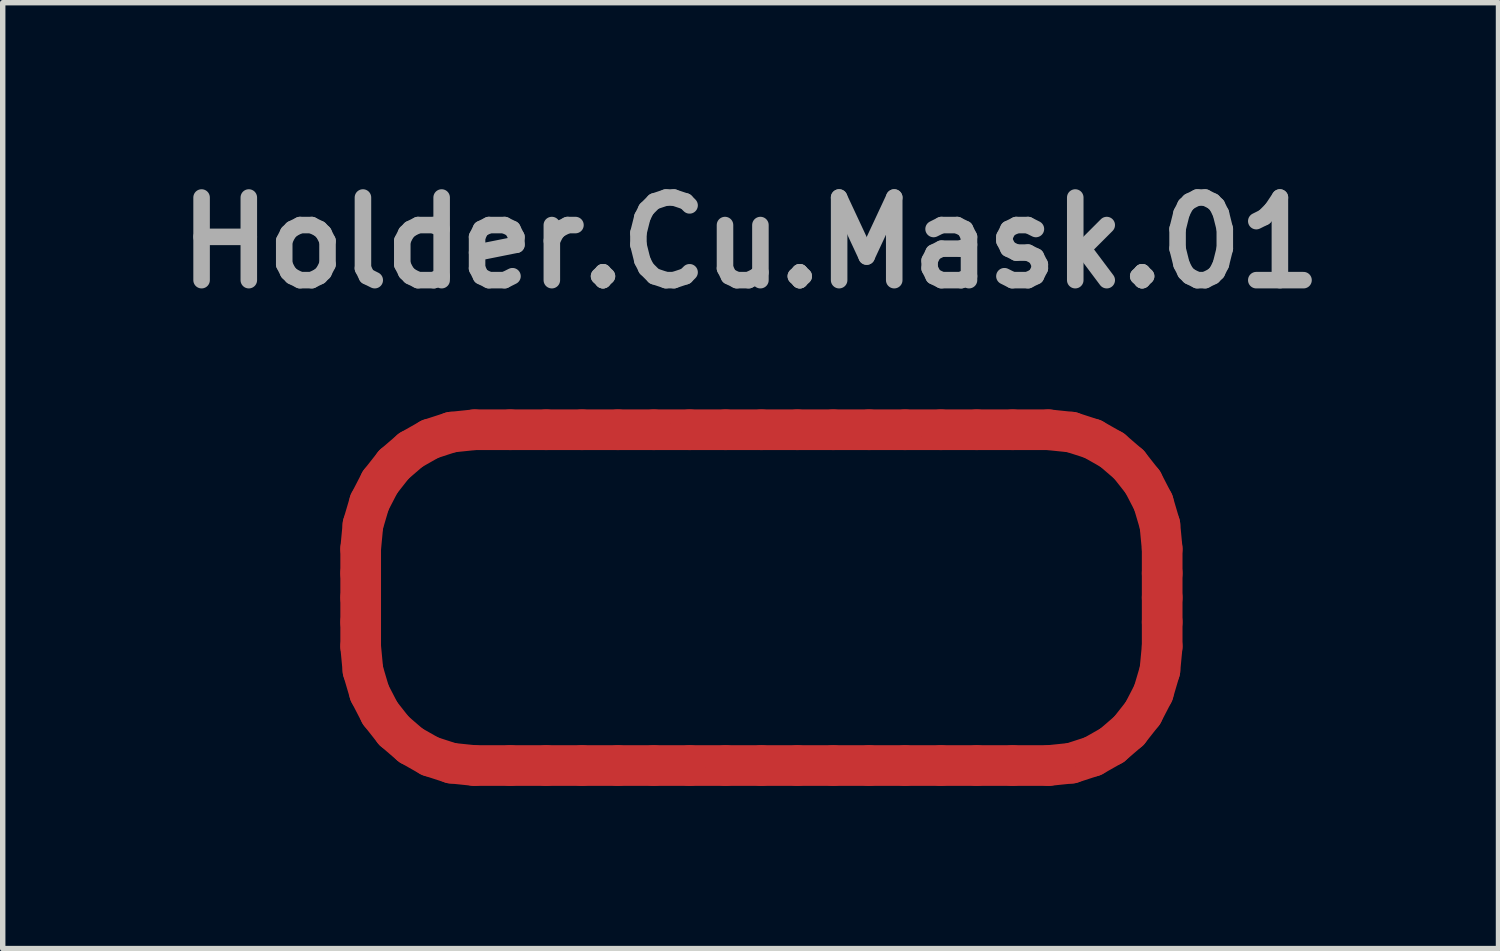
<source format=kicad_pcb>
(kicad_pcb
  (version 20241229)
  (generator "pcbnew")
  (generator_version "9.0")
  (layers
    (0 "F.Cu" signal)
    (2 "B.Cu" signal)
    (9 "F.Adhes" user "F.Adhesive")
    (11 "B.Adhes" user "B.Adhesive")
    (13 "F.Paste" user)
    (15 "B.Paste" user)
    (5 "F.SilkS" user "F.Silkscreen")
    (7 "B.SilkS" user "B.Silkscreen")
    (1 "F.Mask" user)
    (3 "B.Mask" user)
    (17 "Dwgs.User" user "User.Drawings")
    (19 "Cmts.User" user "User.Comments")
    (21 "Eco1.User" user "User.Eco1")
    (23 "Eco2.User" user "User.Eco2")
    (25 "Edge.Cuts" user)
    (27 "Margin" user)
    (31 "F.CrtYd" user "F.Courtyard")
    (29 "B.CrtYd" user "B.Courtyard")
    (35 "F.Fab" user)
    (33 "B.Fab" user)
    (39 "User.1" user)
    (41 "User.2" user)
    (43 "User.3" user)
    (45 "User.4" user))
  (footprint "Holder.Cu.Mask.01"
    (layer "F.Cu")
    (at 10.791 7.771)
    (property "Reference" "Holder.Cu.Mask.01" (at 0 -6.344 0) (layer "F.Fab") (effects (font (size 1.524 1.524) (thickness 0.305))))
    (attr smd)
    (fp_line (start -7.19 -0.701) (end -7.148 -1.144) (stroke (width 0.75) (type solid)) (layer "F.Cu"))
    (fp_line (start -7.19 -0.25) (end -7.19 -0.701) (stroke (width 0.75) (type solid)) (layer "F.Cu"))
    (fp_line (start -7.19 0.2) (end -7.19 -0.25) (stroke (width 0.75) (type solid)) (layer "F.Cu"))
    (fp_line (start -7.19 0.65) (end -7.19 0.2) (stroke (width 0.75) (type solid)) (layer "F.Cu"))
    (fp_line (start -7.19 1.101) (end -7.19 0.65) (stroke (width 0.75) (type solid)) (layer "F.Cu"))
    (fp_line (start -7.148 -1.144) (end -7.026 -1.557) (stroke (width 0.75) (type solid)) (layer "F.Cu"))
    (fp_line (start -7.148 1.544) (end -7.19 1.101) (stroke (width 0.75) (type solid)) (layer "F.Cu"))
    (fp_line (start -7.026 -1.557) (end -6.833 -1.93) (stroke (width 0.75) (type solid)) (layer "F.Cu"))
    (fp_line (start -7.026 1.957) (end -7.148 1.544) (stroke (width 0.75) (type solid)) (layer "F.Cu"))
    (fp_line (start -6.833 -1.93) (end -6.577 -2.255) (stroke (width 0.75) (type solid)) (layer "F.Cu"))
    (fp_line (start -6.833 2.33) (end -7.026 1.957) (stroke (width 0.75) (type solid)) (layer "F.Cu"))
    (fp_line (start -6.577 -2.255) (end -6.267 -2.522) (stroke (width 0.75) (type solid)) (layer "F.Cu"))
    (fp_line (start -6.577 2.655) (end -6.833 2.33) (stroke (width 0.75) (type solid)) (layer "F.Cu"))
    (fp_line (start -6.267 -2.522) (end -5.911 -2.724) (stroke (width 0.75) (type solid)) (layer "F.Cu"))
    (fp_line (start -6.267 2.922) (end -6.577 2.655) (stroke (width 0.75) (type solid)) (layer "F.Cu"))
    (fp_line (start -5.911 -2.724) (end -5.517 -2.852) (stroke (width 0.75) (type solid)) (layer "F.Cu"))
    (fp_line (start -5.911 3.124) (end -6.267 2.922) (stroke (width 0.75) (type solid)) (layer "F.Cu"))
    (fp_line (start -5.517 -2.852) (end -5.094 -2.896) (stroke (width 0.75) (type solid)) (layer "F.Cu"))
    (fp_line (start -5.517 3.252) (end -5.911 3.124) (stroke (width 0.75) (type solid)) (layer "F.Cu"))
    (fp_line (start -5.094 -2.896) (end -4.432 -2.896) (stroke (width 0.75) (type solid)) (layer "F.Cu"))
    (fp_line (start -5.094 3.296) (end -5.517 3.252) (stroke (width 0.75) (type solid)) (layer "F.Cu"))
    (fp_line (start -4.432 -2.896) (end -3.77 -2.896) (stroke (width 0.75) (type solid)) (layer "F.Cu"))
    (fp_line (start -4.432 3.296) (end -5.094 3.296) (stroke (width 0.75) (type solid)) (layer "F.Cu"))
    (fp_line (start -3.77 -2.896) (end -3.109 -2.896) (stroke (width 0.75) (type solid)) (layer "F.Cu"))
    (fp_line (start -3.77 3.296) (end -4.432 3.296) (stroke (width 0.75) (type solid)) (layer "F.Cu"))
    (fp_line (start -3.109 -2.896) (end -2.447 -2.896) (stroke (width 0.75) (type solid)) (layer "F.Cu"))
    (fp_line (start -3.109 3.296) (end -3.77 3.296) (stroke (width 0.75) (type solid)) (layer "F.Cu"))
    (fp_line (start -2.447 -2.896) (end -1.785 -2.896) (stroke (width 0.75) (type solid)) (layer "F.Cu"))
    (fp_line (start -2.447 3.296) (end -3.109 3.296) (stroke (width 0.75) (type solid)) (layer "F.Cu"))
    (fp_line (start -1.785 -2.896) (end -1.124 -2.896) (stroke (width 0.75) (type solid)) (layer "F.Cu"))
    (fp_line (start -1.785 3.296) (end -2.447 3.296) (stroke (width 0.75) (type solid)) (layer "F.Cu"))
    (fp_line (start -1.124 -2.896) (end -0.462 -2.896) (stroke (width 0.75) (type solid)) (layer "F.Cu"))
    (fp_line (start -1.123 3.296) (end -1.785 3.296) (stroke (width 0.75) (type solid)) (layer "F.Cu"))
    (fp_line (start -0.462 -2.896) (end 0.2 -2.896) (stroke (width 0.75) (type solid)) (layer "F.Cu"))
    (fp_line (start -0.462 3.296) (end -1.123 3.296) (stroke (width 0.75) (type solid)) (layer "F.Cu"))
    (fp_line (start 0.2 -2.896) (end 0.862 -2.896) (stroke (width 0.75) (type solid)) (layer "F.Cu"))
    (fp_line (start 0.2 3.296) (end -0.462 3.296) (stroke (width 0.75) (type solid)) (layer "F.Cu"))
    (fp_line (start 0.862 -2.896) (end 1.523 -2.896) (stroke (width 0.75) (type solid)) (layer "F.Cu"))
    (fp_line (start 0.862 3.296) (end 0.2 3.296) (stroke (width 0.75) (type solid)) (layer "F.Cu"))
    (fp_line (start 1.523 -2.896) (end 2.185 -2.896) (stroke (width 0.75) (type solid)) (layer "F.Cu"))
    (fp_line (start 1.524 3.296) (end 0.862 3.296) (stroke (width 0.75) (type solid)) (layer "F.Cu"))
    (fp_line (start 2.185 -2.896) (end 2.847 -2.896) (stroke (width 0.75) (type solid)) (layer "F.Cu"))
    (fp_line (start 2.185 3.296) (end 1.524 3.296) (stroke (width 0.75) (type solid)) (layer "F.Cu"))
    (fp_line (start 2.847 -2.896) (end 3.509 -2.896) (stroke (width 0.75) (type solid)) (layer "F.Cu"))
    (fp_line (start 2.847 3.296) (end 2.185 3.296) (stroke (width 0.75) (type solid)) (layer "F.Cu"))
    (fp_line (start 3.509 -2.896) (end 4.17 -2.896) (stroke (width 0.75) (type solid)) (layer "F.Cu"))
    (fp_line (start 3.509 3.296) (end 2.847 3.296) (stroke (width 0.75) (type solid)) (layer "F.Cu"))
    (fp_line (start 4.17 -2.896) (end 4.832 -2.896) (stroke (width 0.75) (type solid)) (layer "F.Cu"))
    (fp_line (start 4.17 3.296) (end 3.509 3.296) (stroke (width 0.75) (type solid)) (layer "F.Cu"))
    (fp_line (start 4.832 -2.896) (end 5.494 -2.896) (stroke (width 0.75) (type solid)) (layer "F.Cu"))
    (fp_line (start 4.832 3.296) (end 4.17 3.296) (stroke (width 0.75) (type solid)) (layer "F.Cu"))
    (fp_line (start 5.494 -2.896) (end 5.917 -2.852) (stroke (width 0.75) (type solid)) (layer "F.Cu"))
    (fp_line (start 5.494 3.296) (end 4.832 3.296) (stroke (width 0.75) (type solid)) (layer "F.Cu"))
    (fp_line (start 5.917 -2.852) (end 6.311 -2.724) (stroke (width 0.75) (type solid)) (layer "F.Cu"))
    (fp_line (start 5.917 3.252) (end 5.494 3.296) (stroke (width 0.75) (type solid)) (layer "F.Cu"))
    (fp_line (start 6.311 -2.724) (end 6.667 -2.522) (stroke (width 0.75) (type solid)) (layer "F.Cu"))
    (fp_line (start 6.311 3.124) (end 5.917 3.252) (stroke (width 0.75) (type solid)) (layer "F.Cu"))
    (fp_line (start 6.667 -2.522) (end 6.977 -2.255) (stroke (width 0.75) (type solid)) (layer "F.Cu"))
    (fp_line (start 6.667 2.922) (end 6.311 3.124) (stroke (width 0.75) (type solid)) (layer "F.Cu"))
    (fp_line (start 6.977 -2.255) (end 7.233 -1.93) (stroke (width 0.75) (type solid)) (layer "F.Cu"))
    (fp_line (start 6.977 2.655) (end 6.667 2.922) (stroke (width 0.75) (type solid)) (layer "F.Cu"))
    (fp_line (start 7.233 -1.93) (end 7.426 -1.557) (stroke (width 0.75) (type solid)) (layer "F.Cu"))
    (fp_line (start 7.233 2.33) (end 6.977 2.655) (stroke (width 0.75) (type solid)) (layer "F.Cu"))
    (fp_line (start 7.426 -1.557) (end 7.548 -1.144) (stroke (width 0.75) (type solid)) (layer "F.Cu"))
    (fp_line (start 7.426 1.957) (end 7.233 2.33) (stroke (width 0.75) (type solid)) (layer "F.Cu"))
    (fp_line (start 7.548 -1.144) (end 7.59 -0.701) (stroke (width 0.75) (type solid)) (layer "F.Cu"))
    (fp_line (start 7.548 1.544) (end 7.426 1.957) (stroke (width 0.75) (type solid)) (layer "F.Cu"))
    (fp_line (start 7.59 -0.701) (end 7.59 -0.25) (stroke (width 0.75) (type solid)) (layer "F.Cu"))
    (fp_line (start 7.59 -0.25) (end 7.59 0.2) (stroke (width 0.75) (type solid)) (layer "F.Cu"))
    (fp_line (start 7.59 0.2) (end 7.59 0.65) (stroke (width 0.75) (type solid)) (layer "F.Cu"))
    (fp_line (start 7.59 0.65) (end 7.59 1.101) (stroke (width 0.75) (type solid)) (layer "F.Cu"))
    (fp_line (start 7.59 1.101) (end 7.548 1.544) (stroke (width 0.75) (type solid)) (layer "F.Cu"))
    (fp_line (start -7.19 -0.701) (end -7.148 -1.144) (stroke (width 0.75) (type solid)) (layer "F.Mask"))
    (fp_line (start -7.19 -0.25) (end -7.19 -0.701) (stroke (width 0.75) (type solid)) (layer "F.Mask"))
    (fp_line (start -7.19 0.2) (end -7.19 -0.25) (stroke (width 0.75) (type solid)) (layer "F.Mask"))
    (fp_line (start -7.19 0.65) (end -7.19 0.2) (stroke (width 0.75) (type solid)) (layer "F.Mask"))
    (fp_line (start -7.19 1.101) (end -7.19 0.65) (stroke (width 0.75) (type solid)) (layer "F.Mask"))
    (fp_line (start -7.148 -1.144) (end -7.026 -1.557) (stroke (width 0.75) (type solid)) (layer "F.Mask"))
    (fp_line (start -7.148 1.544) (end -7.19 1.101) (stroke (width 0.75) (type solid)) (layer "F.Mask"))
    (fp_line (start -7.026 -1.557) (end -6.833 -1.93) (stroke (width 0.75) (type solid)) (layer "F.Mask"))
    (fp_line (start -7.026 1.957) (end -7.148 1.544) (stroke (width 0.75) (type solid)) (layer "F.Mask"))
    (fp_line (start -6.833 -1.93) (end -6.577 -2.255) (stroke (width 0.75) (type solid)) (layer "F.Mask"))
    (fp_line (start -6.833 2.33) (end -7.026 1.957) (stroke (width 0.75) (type solid)) (layer "F.Mask"))
    (fp_line (start -6.577 -2.255) (end -6.267 -2.522) (stroke (width 0.75) (type solid)) (layer "F.Mask"))
    (fp_line (start -6.577 2.655) (end -6.833 2.33) (stroke (width 0.75) (type solid)) (layer "F.Mask"))
    (fp_line (start -6.267 -2.522) (end -5.911 -2.724) (stroke (width 0.75) (type solid)) (layer "F.Mask"))
    (fp_line (start -6.267 2.922) (end -6.577 2.655) (stroke (width 0.75) (type solid)) (layer "F.Mask"))
    (fp_line (start -5.911 -2.724) (end -5.517 -2.852) (stroke (width 0.75) (type solid)) (layer "F.Mask"))
    (fp_line (start -5.911 3.124) (end -6.267 2.922) (stroke (width 0.75) (type solid)) (layer "F.Mask"))
    (fp_line (start -5.517 -2.852) (end -5.094 -2.896) (stroke (width 0.75) (type solid)) (layer "F.Mask"))
    (fp_line (start -5.517 3.252) (end -5.911 3.124) (stroke (width 0.75) (type solid)) (layer "F.Mask"))
    (fp_line (start -5.094 -2.896) (end -4.432 -2.896) (stroke (width 0.75) (type solid)) (layer "F.Mask"))
    (fp_line (start -5.094 3.296) (end -5.517 3.252) (stroke (width 0.75) (type solid)) (layer "F.Mask"))
    (fp_line (start -4.432 -2.896) (end -3.77 -2.896) (stroke (width 0.75) (type solid)) (layer "F.Mask"))
    (fp_line (start -4.432 3.296) (end -5.094 3.296) (stroke (width 0.75) (type solid)) (layer "F.Mask"))
    (fp_line (start -3.77 -2.896) (end -3.109 -2.896) (stroke (width 0.75) (type solid)) (layer "F.Mask"))
    (fp_line (start -3.77 3.296) (end -4.432 3.296) (stroke (width 0.75) (type solid)) (layer "F.Mask"))
    (fp_line (start -3.109 -2.896) (end -2.447 -2.896) (stroke (width 0.75) (type solid)) (layer "F.Mask"))
    (fp_line (start -3.109 3.296) (end -3.77 3.296) (stroke (width 0.75) (type solid)) (layer "F.Mask"))
    (fp_line (start -2.447 -2.896) (end -1.785 -2.896) (stroke (width 0.75) (type solid)) (layer "F.Mask"))
    (fp_line (start -2.447 3.296) (end -3.109 3.296) (stroke (width 0.75) (type solid)) (layer "F.Mask"))
    (fp_line (start -1.785 -2.896) (end -1.124 -2.896) (stroke (width 0.75) (type solid)) (layer "F.Mask"))
    (fp_line (start -1.785 3.296) (end -2.447 3.296) (stroke (width 0.75) (type solid)) (layer "F.Mask"))
    (fp_line (start -1.124 -2.896) (end -0.462 -2.896) (stroke (width 0.75) (type solid)) (layer "F.Mask"))
    (fp_line (start -1.123 3.296) (end -1.785 3.296) (stroke (width 0.75) (type solid)) (layer "F.Mask"))
    (fp_line (start -0.462 -2.896) (end 0.2 -2.896) (stroke (width 0.75) (type solid)) (layer "F.Mask"))
    (fp_line (start -0.462 3.296) (end -1.123 3.296) (stroke (width 0.75) (type solid)) (layer "F.Mask"))
    (fp_line (start 0.2 -2.896) (end 0.862 -2.896) (stroke (width 0.75) (type solid)) (layer "F.Mask"))
    (fp_line (start 0.2 3.296) (end -0.462 3.296) (stroke (width 0.75) (type solid)) (layer "F.Mask"))
    (fp_line (start 0.862 -2.896) (end 1.523 -2.896) (stroke (width 0.75) (type solid)) (layer "F.Mask"))
    (fp_line (start 0.862 3.296) (end 0.2 3.296) (stroke (width 0.75) (type solid)) (layer "F.Mask"))
    (fp_line (start 1.523 -2.896) (end 2.185 -2.896) (stroke (width 0.75) (type solid)) (layer "F.Mask"))
    (fp_line (start 1.524 3.296) (end 0.862 3.296) (stroke (width 0.75) (type solid)) (layer "F.Mask"))
    (fp_line (start 2.185 -2.896) (end 2.847 -2.896) (stroke (width 0.75) (type solid)) (layer "F.Mask"))
    (fp_line (start 2.185 3.296) (end 1.524 3.296) (stroke (width 0.75) (type solid)) (layer "F.Mask"))
    (fp_line (start 2.847 -2.896) (end 3.509 -2.896) (stroke (width 0.75) (type solid)) (layer "F.Mask"))
    (fp_line (start 2.847 3.296) (end 2.185 3.296) (stroke (width 0.75) (type solid)) (layer "F.Mask"))
    (fp_line (start 3.509 -2.896) (end 4.17 -2.896) (stroke (width 0.75) (type solid)) (layer "F.Mask"))
    (fp_line (start 3.509 3.296) (end 2.847 3.296) (stroke (width 0.75) (type solid)) (layer "F.Mask"))
    (fp_line (start 4.17 -2.896) (end 4.832 -2.896) (stroke (width 0.75) (type solid)) (layer "F.Mask"))
    (fp_line (start 4.17 3.296) (end 3.509 3.296) (stroke (width 0.75) (type solid)) (layer "F.Mask"))
    (fp_line (start 4.832 -2.896) (end 5.494 -2.896) (stroke (width 0.75) (type solid)) (layer "F.Mask"))
    (fp_line (start 4.832 3.296) (end 4.17 3.296) (stroke (width 0.75) (type solid)) (layer "F.Mask"))
    (fp_line (start 5.494 -2.896) (end 5.917 -2.852) (stroke (width 0.75) (type solid)) (layer "F.Mask"))
    (fp_line (start 5.494 3.296) (end 4.832 3.296) (stroke (width 0.75) (type solid)) (layer "F.Mask"))
    (fp_line (start 5.917 -2.852) (end 6.311 -2.724) (stroke (width 0.75) (type solid)) (layer "F.Mask"))
    (fp_line (start 5.917 3.252) (end 5.494 3.296) (stroke (width 0.75) (type solid)) (layer "F.Mask"))
    (fp_line (start 6.311 -2.724) (end 6.667 -2.522) (stroke (width 0.75) (type solid)) (layer "F.Mask"))
    (fp_line (start 6.311 3.124) (end 5.917 3.252) (stroke (width 0.75) (type solid)) (layer "F.Mask"))
    (fp_line (start 6.667 -2.522) (end 6.977 -2.255) (stroke (width 0.75) (type solid)) (layer "F.Mask"))
    (fp_line (start 6.667 2.922) (end 6.311 3.124) (stroke (width 0.75) (type solid)) (layer "F.Mask"))
    (fp_line (start 6.977 -2.255) (end 7.233 -1.93) (stroke (width 0.75) (type solid)) (layer "F.Mask"))
    (fp_line (start 6.977 2.655) (end 6.667 2.922) (stroke (width 0.75) (type solid)) (layer "F.Mask"))
    (fp_line (start 7.233 -1.93) (end 7.426 -1.557) (stroke (width 0.75) (type solid)) (layer "F.Mask"))
    (fp_line (start 7.233 2.33) (end 6.977 2.655) (stroke (width 0.75) (type solid)) (layer "F.Mask"))
    (fp_line (start 7.426 -1.557) (end 7.548 -1.144) (stroke (width 0.75) (type solid)) (layer "F.Mask"))
    (fp_line (start 7.426 1.957) (end 7.233 2.33) (stroke (width 0.75) (type solid)) (layer "F.Mask"))
    (fp_line (start 7.548 -1.144) (end 7.59 -0.701) (stroke (width 0.75) (type solid)) (layer "F.Mask"))
    (fp_line (start 7.548 1.544) (end 7.426 1.957) (stroke (width 0.75) (type solid)) (layer "F.Mask"))
    (fp_line (start 7.59 -0.701) (end 7.59 -0.25) (stroke (width 0.75) (type solid)) (layer "F.Mask"))
    (fp_line (start 7.59 -0.25) (end 7.59 0.2) (stroke (width 0.75) (type solid)) (layer "F.Mask"))
    (fp_line (start 7.59 0.2) (end 7.59 0.65) (stroke (width 0.75) (type solid)) (layer "F.Mask"))
    (fp_line (start 7.59 0.65) (end 7.59 1.101) (stroke (width 0.75) (type solid)) (layer "F.Mask"))
    (fp_line (start 7.59 1.101) (end 7.548 1.544) (stroke (width 0.75) (type solid)) (layer "F.Mask")))
  (gr_rect
    (start -3 -3)
    (end 24.583 14.442)
    (stroke (width 0.1) (type default))
    (fill no)
    (layer "Edge.Cuts")))
</source>
